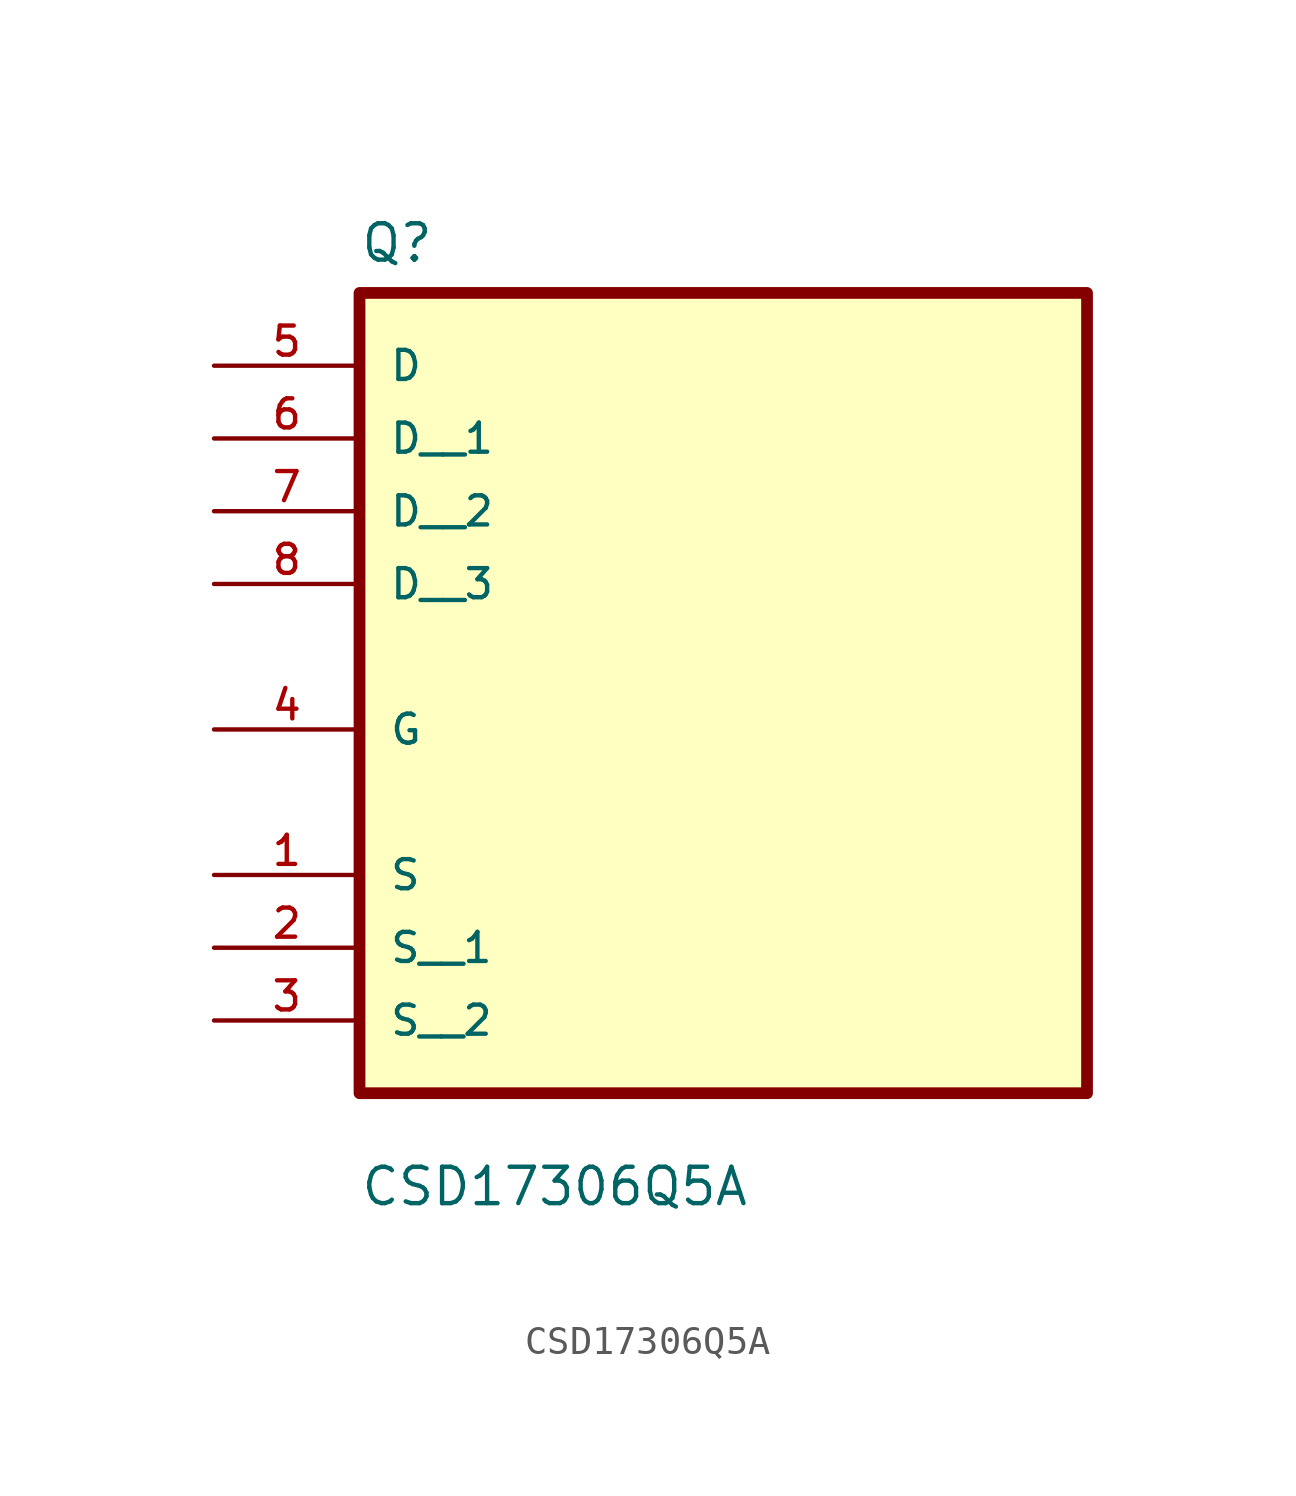
<source format=kicad_sym>
(kicad_symbol_lib
  (version 20211014)
  (generator kicad_symbol_editor)
  (symbol "CSD17306Q5A"
    (pin_names
      (offset 1.016))
    (property "Reference" "Q"
      (at -12.7 8.62 0.0)
      (effects (font (size 1.27 1.27)) (justify bottom left)))
    (property "Value" "CSD17306Q5A"
      (at -12.7 -24.32 0.0)
      (effects (font (size 1.27 1.27)) (justify bottom left)))
    (symbol "CSD17306Q5A_0_0"
      (rectangle (start -12.7 -20.32) (end 12.7 7.62) (stroke (width 0.41)) (fill (type background)))
      (pin bidirectional line (at -17.78 5.08 0) (length 5.08) (name "D" (effects (font (size 1.016 1.016)))) (number "5" (effects (font (size 1.016 1.016)))))
      (pin bidirectional line (at -17.78 -7.62 0) (length 5.08) (name "G" (effects (font (size 1.016 1.016)))) (number "4" (effects (font (size 1.016 1.016)))))
      (pin bidirectional line (at -17.78 -12.7 0) (length 5.08) (name "S" (effects (font (size 1.016 1.016)))) (number "1" (effects (font (size 1.016 1.016)))))
      (pin bidirectional line (at -17.78 2.54 0) (length 5.08) (name "D__1" (effects (font (size 1.016 1.016)))) (number "6" (effects (font (size 1.016 1.016)))))
      (pin bidirectional line (at -17.78 0.0 0) (length 5.08) (name "D__2" (effects (font (size 1.016 1.016)))) (number "7" (effects (font (size 1.016 1.016)))))
      (pin bidirectional line (at -17.78 -2.54 0) (length 5.08) (name "D__3" (effects (font (size 1.016 1.016)))) (number "8" (effects (font (size 1.016 1.016)))))
      (pin bidirectional line (at -17.78 -15.24 0) (length 5.08) (name "S__1" (effects (font (size 1.016 1.016)))) (number "2" (effects (font (size 1.016 1.016)))))
      (pin bidirectional line (at -17.78 -17.78 0) (length 5.08) (name "S__2" (effects (font (size 1.016 1.016)))) (number "3" (effects (font (size 1.016 1.016))))))))
</source>
